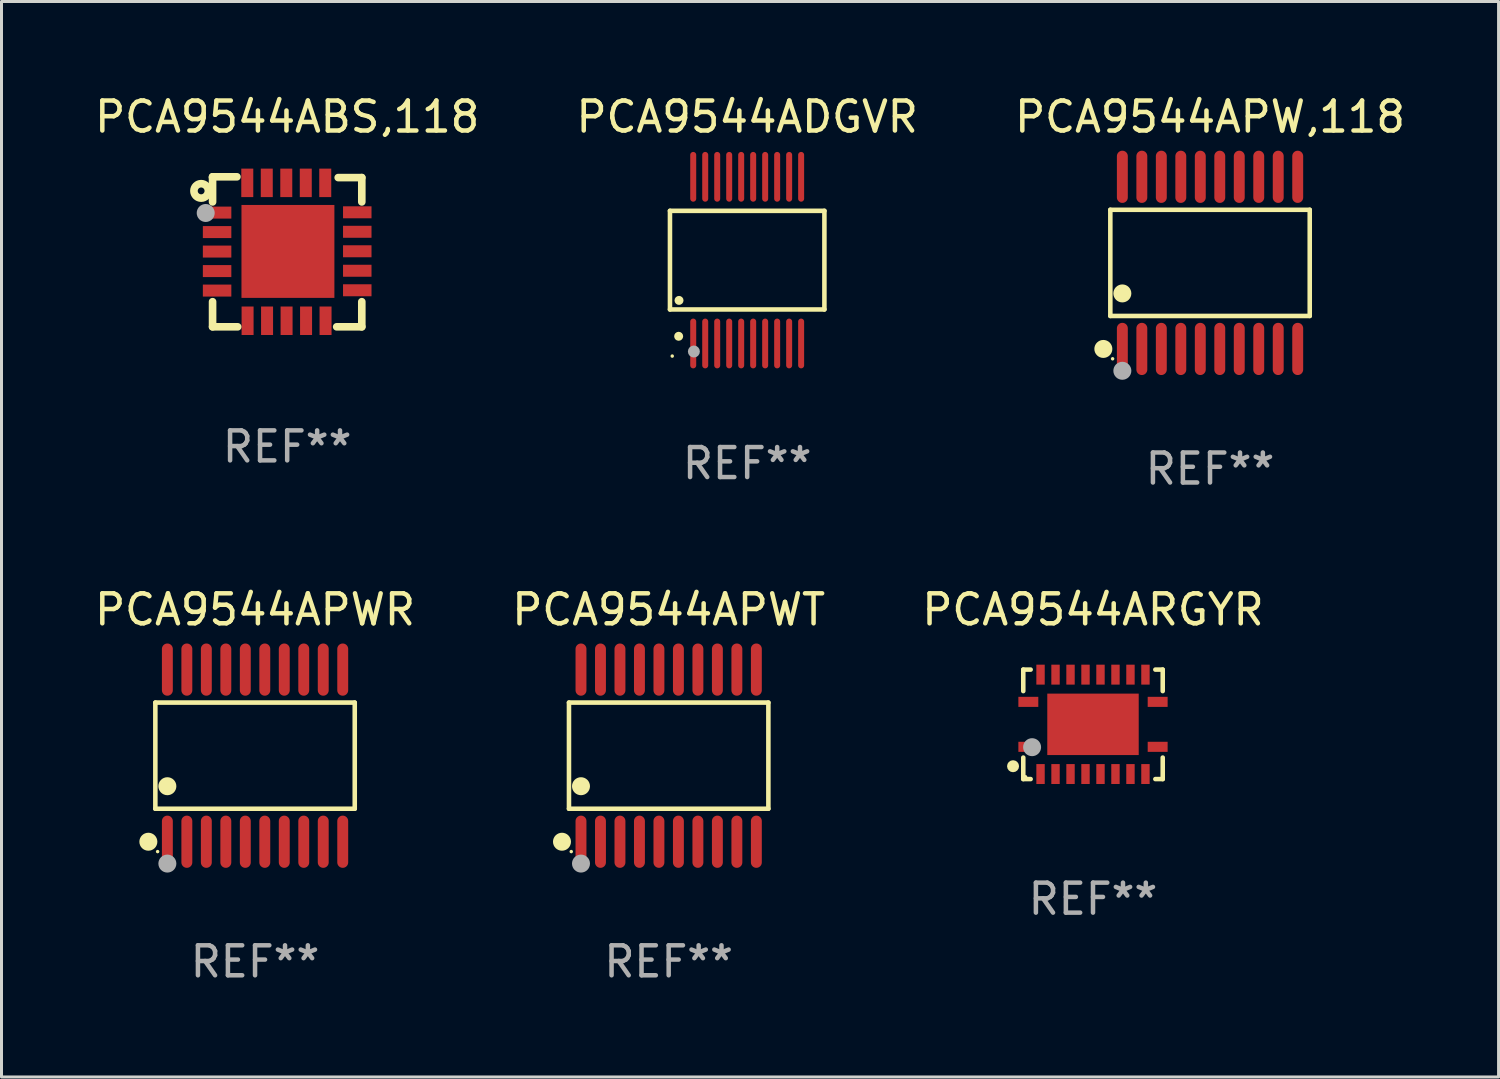
<source format=kicad_pcb>
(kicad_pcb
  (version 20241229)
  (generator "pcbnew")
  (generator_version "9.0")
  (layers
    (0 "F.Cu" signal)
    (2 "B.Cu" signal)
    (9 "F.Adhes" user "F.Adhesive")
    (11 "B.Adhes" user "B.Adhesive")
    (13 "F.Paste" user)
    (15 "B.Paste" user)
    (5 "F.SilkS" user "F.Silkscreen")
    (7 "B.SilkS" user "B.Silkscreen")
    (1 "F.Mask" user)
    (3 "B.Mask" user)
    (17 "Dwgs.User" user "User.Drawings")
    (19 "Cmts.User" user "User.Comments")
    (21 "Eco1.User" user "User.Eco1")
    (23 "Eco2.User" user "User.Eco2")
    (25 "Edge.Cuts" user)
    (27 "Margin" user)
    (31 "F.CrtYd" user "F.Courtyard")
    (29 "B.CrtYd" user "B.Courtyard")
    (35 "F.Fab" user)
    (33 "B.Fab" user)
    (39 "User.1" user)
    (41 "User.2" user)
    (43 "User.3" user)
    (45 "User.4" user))
  (footprint "PCA9544ADGVR"
    (layer "F.Cu")
    (at 21.875 5.628)
    (property "Reference" "PCA9544ADGVR" (at 0 -4.78 0) (layer "F.SilkS") (effects (font (size 1 1) (thickness 0.15))))
    (attr through_hole)
    (fp_line (start -2.576 -1.645) (end 2.576 -1.645) (stroke (width 0.152) (type solid)) (layer "F.SilkS"))
    (fp_line (start -2.576 1.645) (end -2.576 -1.645) (stroke (width 0.152) (type solid)) (layer "F.SilkS"))
    (fp_line (start 2.576 -1.645) (end 2.576 1.645) (stroke (width 0.152) (type solid)) (layer "F.SilkS"))
    (fp_line (start 2.576 1.645) (end -2.576 1.645) (stroke (width 0.152) (type solid)) (layer "F.SilkS"))
    (fp_circle (center -2.5 3.2) (end -2.47 3.2) (stroke (width 0.06) (type solid)) (fill no) (layer "F.SilkS"))
    (fp_circle (center -2.286 2.54) (end -2.211 2.54) (stroke (width 0.15) (type solid)) (fill no) (layer "F.SilkS"))
    (fp_circle (center -2.274 1.343) (end -2.199 1.343) (stroke (width 0.15) (type solid)) (fill no) (layer "F.SilkS"))
    (fp_circle (center -1.778 3.048) (end -1.678 3.048) (stroke (width 0.2) (type solid)) (fill no) (layer "F.Fab"))
    (fp_text user "REF**" (at 0 6.78 0) (layer "F.Fab") (effects (font (size 1 1) (thickness 0.15))))
    (pad "1" smd oval (at -1.8 2.78) (size 0.2 1.66) (layers "F.Cu" "F.Mask" "F.Paste"))
    (pad "2" smd oval (at -1.4 2.78) (size 0.2 1.66) (layers "F.Cu" "F.Mask" "F.Paste"))
    (pad "3" smd oval (at -1 2.78) (size 0.2 1.66) (layers "F.Cu" "F.Mask" "F.Paste"))
    (pad "4" smd oval (at -0.6 2.78) (size 0.2 1.66) (layers "F.Cu" "F.Mask" "F.Paste"))
    (pad "5" smd oval (at -0.2 2.78) (size 0.2 1.66) (layers "F.Cu" "F.Mask" "F.Paste"))
    (pad "6" smd oval (at 0.2 2.78) (size 0.2 1.66) (layers "F.Cu" "F.Mask" "F.Paste"))
    (pad "7" smd oval (at 0.6 2.78) (size 0.2 1.66) (layers "F.Cu" "F.Mask" "F.Paste"))
    (pad "8" smd oval (at 1 2.78) (size 0.2 1.66) (layers "F.Cu" "F.Mask" "F.Paste"))
    (pad "9" smd oval (at 1.4 2.78) (size 0.2 1.66) (layers "F.Cu" "F.Mask" "F.Paste"))
    (pad "10" smd oval (at 1.8 2.78) (size 0.2 1.66) (layers "F.Cu" "F.Mask" "F.Paste"))
    (pad "11" smd oval (at 1.8 -2.78) (size 0.2 1.66) (layers "F.Cu" "F.Mask" "F.Paste"))
    (pad "12" smd oval (at 1.4 -2.78) (size 0.2 1.66) (layers "F.Cu" "F.Mask" "F.Paste"))
    (pad "13" smd oval (at 1 -2.78) (size 0.2 1.66) (layers "F.Cu" "F.Mask" "F.Paste"))
    (pad "14" smd oval (at 0.6 -2.78) (size 0.2 1.66) (layers "F.Cu" "F.Mask" "F.Paste"))
    (pad "15" smd oval (at 0.2 -2.78) (size 0.2 1.66) (layers "F.Cu" "F.Mask" "F.Paste"))
    (pad "16" smd oval (at -0.2 -2.78) (size 0.2 1.66) (layers "F.Cu" "F.Mask" "F.Paste"))
    (pad "17" smd oval (at -0.6 -2.78) (size 0.2 1.66) (layers "F.Cu" "F.Mask" "F.Paste"))
    (pad "18" smd oval (at -1 -2.78) (size 0.2 1.66) (layers "F.Cu" "F.Mask" "F.Paste"))
    (pad "19" smd oval (at -1.4 -2.78) (size 0.2 1.66) (layers "F.Cu" "F.Mask" "F.Paste"))
    (pad "20" smd oval (at -1.8 -2.78) (size 0.2 1.66) (layers "F.Cu" "F.Mask" "F.Paste")))
  (footprint "PCA9544ABS,118"
    (layer "F.Cu")
    (at 6.53 5.35)
    (property "Reference" "PCA9544ABS,118" (at 0 -4.502 0) (layer "F.SilkS") (effects (font (size 1 1) (thickness 0.15))))
    (attr through_hole)
    (fp_line (start -2.489 -2.502) (end -2.489 -2.476) (stroke (width 0.254) (type solid)) (layer "F.SilkS"))
    (fp_line (start -2.489 -2.476) (end -2.489 -1.664) (stroke (width 0.254) (type solid)) (layer "F.SilkS"))
    (fp_line (start -2.489 2.502) (end -2.489 1.664) (stroke (width 0.254) (type solid)) (layer "F.SilkS"))
    (fp_line (start -2.464 -2.502) (end -2.489 -2.502) (stroke (width 0.254) (type solid)) (layer "F.SilkS"))
    (fp_line (start -1.676 -2.502) (end -2.464 -2.502) (stroke (width 0.254) (type solid)) (layer "F.SilkS"))
    (fp_line (start -1.651 2.502) (end -2.489 2.502) (stroke (width 0.254) (type solid)) (layer "F.SilkS"))
    (fp_line (start 2.489 -2.476) (end 1.702 -2.476) (stroke (width 0.254) (type solid)) (layer "F.SilkS"))
    (fp_line (start 2.489 -1.664) (end 2.489 -2.476) (stroke (width 0.254) (type solid)) (layer "F.SilkS"))
    (fp_line (start 2.489 1.664) (end 2.489 2.502) (stroke (width 0.254) (type solid)) (layer "F.SilkS"))
    (fp_line (start 2.489 2.502) (end 1.651 2.502) (stroke (width 0.254) (type solid)) (layer "F.SilkS"))
    (fp_circle (center -2.87 -2.032) (end -2.756 -2.032) (stroke (width 0.254) (type solid)) (fill no) (layer "F.SilkS"))
    (fp_circle (center -2.5 -2.5) (end -2.47 -2.5) (stroke (width 0.06) (type solid)) (fill no) (layer "F.SilkS"))
    (fp_circle (center -2.718 -1.295) (end -2.568 -1.295) (stroke (width 0.3) (type solid)) (fill no) (layer "F.Fab"))
    (fp_text user "REF**" (at 0 6.502 0) (layer "F.Fab") (effects (font (size 1 1) (thickness 0.15))))
    (pad "1" smd rect (at -2.338 -1.308 270) (size 0.4 0.95) (layers "F.Cu" "F.Mask" "F.Paste"))
    (pad "2" smd rect (at -2.338 -0.658 270) (size 0.4 0.95) (layers "F.Cu" "F.Mask" "F.Paste"))
    (pad "3" smd rect (at -2.338 -0.008 270) (size 0.4 0.95) (layers "F.Cu" "F.Mask" "F.Paste"))
    (pad "4" smd rect (at -2.338 0.643 270) (size 0.4 0.95) (layers "F.Cu" "F.Mask" "F.Paste"))
    (pad "5" smd rect (at -2.338 1.293 270) (size 0.4 0.95) (layers "F.Cu" "F.Mask" "F.Paste"))
    (pad "6" smd rect (at -1.321 2.3) (size 0.4 0.95) (layers "F.Cu" "F.Mask" "F.Paste"))
    (pad "7" smd rect (at -0.671 2.3) (size 0.4 0.95) (layers "F.Cu" "F.Mask" "F.Paste"))
    (pad "8" smd rect (at -0.02 2.3) (size 0.4 0.95) (layers "F.Cu" "F.Mask" "F.Paste"))
    (pad "9" smd rect (at 0.63 2.3) (size 0.4 0.95) (layers "F.Cu" "F.Mask" "F.Paste"))
    (pad "10" smd rect (at 1.28 2.3) (size 0.4 0.95) (layers "F.Cu" "F.Mask" "F.Paste"))
    (pad "11" smd rect (at 2.338 1.283 90) (size 0.4 0.95) (layers "F.Cu" "F.Mask" "F.Paste"))
    (pad "12" smd rect (at 2.338 0.632 90) (size 0.4 0.95) (layers "F.Cu" "F.Mask" "F.Paste"))
    (pad "13" smd rect (at 2.338 -0.018 90) (size 0.4 0.95) (layers "F.Cu" "F.Mask" "F.Paste"))
    (pad "14" smd rect (at 2.338 -0.668 90) (size 0.4 0.95) (layers "F.Cu" "F.Mask" "F.Paste"))
    (pad "15" smd rect (at 2.338 -1.318 90) (size 0.4 0.95) (layers "F.Cu" "F.Mask" "F.Paste"))
    (pad "16" smd rect (at 1.27 -2.3 180) (size 0.4 0.95) (layers "F.Cu" "F.Mask" "F.Paste"))
    (pad "17" smd rect (at 0.62 -2.3 180) (size 0.4 0.95) (layers "F.Cu" "F.Mask" "F.Paste"))
    (pad "18" smd rect (at -0.03 -2.3 180) (size 0.4 0.95) (layers "F.Cu" "F.Mask" "F.Paste"))
    (pad "19" smd rect (at -0.681 -2.3 180) (size 0.4 0.95) (layers "F.Cu" "F.Mask" "F.Paste"))
    (pad "20" smd rect (at -1.331 -2.3 180) (size 0.4 0.95) (layers "F.Cu" "F.Mask" "F.Paste"))
    (pad "21" smd rect (at 0.025 -0.013 180) (size 3.1 3.1) (layers "F.Cu" "F.Mask" "F.Paste")))
  (footprint "PCA9544ARGYR"
    (layer "F.Cu")
    (at 33.411 21.113)
    (property "Reference" "PCA9544ARGYR" (at 0 -3.826 0) (layer "F.SilkS") (effects (font (size 1 1) (thickness 0.15))))
    (attr through_hole)
    (fp_line (start -2.326 -1.826) (end -2.08 -1.826) (stroke (width 0.152) (type solid)) (layer "F.SilkS"))
    (fp_line (start -2.326 -1.109) (end -2.326 -1.826) (stroke (width 0.152) (type solid)) (layer "F.SilkS"))
    (fp_line (start -2.326 1.109) (end -2.326 1.826) (stroke (width 0.152) (type solid)) (layer "F.SilkS"))
    (fp_line (start -2.326 1.826) (end -2.08 1.826) (stroke (width 0.152) (type solid)) (layer "F.SilkS"))
    (fp_line (start 2.326 -1.826) (end 2.08 -1.826) (stroke (width 0.152) (type solid)) (layer "F.SilkS"))
    (fp_line (start 2.326 -1.109) (end 2.326 -1.826) (stroke (width 0.152) (type solid)) (layer "F.SilkS"))
    (fp_line (start 2.326 1.109) (end 2.326 1.826) (stroke (width 0.152) (type solid)) (layer "F.SilkS"))
    (fp_line (start 2.326 1.826) (end 2.08 1.826) (stroke (width 0.152) (type solid)) (layer "F.SilkS"))
    (fp_circle (center -2.667 1.397) (end -2.567 1.397) (stroke (width 0.2) (type solid)) (fill no) (layer "F.SilkS"))
    (fp_circle (center -2.25 1.75) (end -2.22 1.75) (stroke (width 0.06) (type solid)) (fill no) (layer "F.SilkS"))
    (fp_circle (center -2.032 0.762) (end -1.882 0.762) (stroke (width 0.3) (type solid)) (fill no) (layer "F.Fab"))
    (fp_text user "REF**" (at 0 5.826 0) (layer "F.Fab") (effects (font (size 1 1) (thickness 0.15))))
    (pad "1" smd rect (at -2.157 0.75) (size 0.665 0.336) (layers "F.Cu" "F.Mask" "F.Paste"))
    (pad "2" smd rect (at -1.75 1.658) (size 0.28 0.665) (layers "F.Cu" "F.Mask" "F.Paste"))
    (pad "3" smd rect (at -1.25 1.658) (size 0.28 0.665) (layers "F.Cu" "F.Mask" "F.Paste"))
    (pad "4" smd rect (at -0.75 1.658) (size 0.28 0.665) (layers "F.Cu" "F.Mask" "F.Paste"))
    (pad "5" smd rect (at -0.25 1.658) (size 0.28 0.665) (layers "F.Cu" "F.Mask" "F.Paste"))
    (pad "6" smd rect (at 0.25 1.658) (size 0.28 0.665) (layers "F.Cu" "F.Mask" "F.Paste"))
    (pad "7" smd rect (at 0.75 1.658) (size 0.28 0.665) (layers "F.Cu" "F.Mask" "F.Paste"))
    (pad "8" smd rect (at 1.25 1.658) (size 0.28 0.665) (layers "F.Cu" "F.Mask" "F.Paste"))
    (pad "9" smd rect (at 1.75 1.658) (size 0.28 0.665) (layers "F.Cu" "F.Mask" "F.Paste"))
    (pad "10" smd rect (at 2.157 0.75) (size 0.665 0.336) (layers "F.Cu" "F.Mask" "F.Paste"))
    (pad "11" smd rect (at 2.157 -0.75) (size 0.665 0.336) (layers "F.Cu" "F.Mask" "F.Paste"))
    (pad "12" smd rect (at 1.75 -1.658) (size 0.28 0.665) (layers "F.Cu" "F.Mask" "F.Paste"))
    (pad "13" smd rect (at 1.25 -1.658) (size 0.28 0.665) (layers "F.Cu" "F.Mask" "F.Paste"))
    (pad "14" smd rect (at 0.75 -1.658) (size 0.28 0.665) (layers "F.Cu" "F.Mask" "F.Paste"))
    (pad "15" smd rect (at 0.25 -1.658) (size 0.28 0.665) (layers "F.Cu" "F.Mask" "F.Paste"))
    (pad "16" smd rect (at -0.25 -1.658) (size 0.28 0.665) (layers "F.Cu" "F.Mask" "F.Paste"))
    (pad "17" smd rect (at -0.75 -1.658) (size 0.28 0.665) (layers "F.Cu" "F.Mask" "F.Paste"))
    (pad "18" smd rect (at -1.25 -1.658) (size 0.28 0.665) (layers "F.Cu" "F.Mask" "F.Paste"))
    (pad "19" smd rect (at -1.75 -1.658) (size 0.28 0.665) (layers "F.Cu" "F.Mask" "F.Paste"))
    (pad "20" smd rect (at -2.157 -0.75) (size 0.665 0.336) (layers "F.Cu" "F.Mask" "F.Paste"))
    (pad "21" smd rect (at 0 0) (size 3.05 2.05) (layers "F.Cu" "F.Mask" "F.Paste")))
  (footprint "PCA9544APWT"
    (layer "F.Cu")
    (at 19.256 22.158)
    (property "Reference" "PCA9544APWT" (at 0 -4.871 0) (layer "F.SilkS") (effects (font (size 1 1) (thickness 0.15))))
    (attr through_hole)
    (fp_line (start -3.326 -1.771) (end 3.326 -1.771) (stroke (width 0.152) (type solid)) (layer "F.SilkS"))
    (fp_line (start -3.326 1.771) (end -3.326 -1.771) (stroke (width 0.152) (type solid)) (layer "F.SilkS"))
    (fp_line (start 3.326 -1.771) (end 3.326 1.771) (stroke (width 0.152) (type solid)) (layer "F.SilkS"))
    (fp_line (start 3.326 1.771) (end -3.326 1.771) (stroke (width 0.152) (type solid)) (layer "F.SilkS"))
    (fp_circle (center -3.559 2.871) (end -3.409 2.871) (stroke (width 0.3) (type solid)) (fill no) (layer "F.SilkS"))
    (fp_circle (center -3.25 3.2) (end -3.22 3.2) (stroke (width 0.06) (type solid)) (fill no) (layer "F.SilkS"))
    (fp_circle (center -2.925 1.019) (end -2.775 1.019) (stroke (width 0.3) (type solid)) (fill no) (layer "F.SilkS"))
    (fp_circle (center -2.925 3.6) (end -2.775 3.6) (stroke (width 0.3) (type solid)) (fill no) (layer "F.Fab"))
    (fp_text user "REF**" (at 0 6.871 0) (layer "F.Fab") (effects (font (size 1 1) (thickness 0.15))))
    (pad "1" smd oval (at -2.925 2.871) (size 0.364 1.742) (layers "F.Cu" "F.Mask" "F.Paste"))
    (pad "2" smd oval (at -2.275 2.871) (size 0.364 1.742) (layers "F.Cu" "F.Mask" "F.Paste"))
    (pad "3" smd oval (at -1.625 2.871) (size 0.364 1.742) (layers "F.Cu" "F.Mask" "F.Paste"))
    (pad "4" smd oval (at -0.975 2.871) (size 0.364 1.742) (layers "F.Cu" "F.Mask" "F.Paste"))
    (pad "5" smd oval (at -0.325 2.871) (size 0.364 1.742) (layers "F.Cu" "F.Mask" "F.Paste"))
    (pad "6" smd oval (at 0.325 2.871) (size 0.364 1.742) (layers "F.Cu" "F.Mask" "F.Paste"))
    (pad "7" smd oval (at 0.975 2.871) (size 0.364 1.742) (layers "F.Cu" "F.Mask" "F.Paste"))
    (pad "8" smd oval (at 1.625 2.871) (size 0.364 1.742) (layers "F.Cu" "F.Mask" "F.Paste"))
    (pad "9" smd oval (at 2.275 2.871) (size 0.364 1.742) (layers "F.Cu" "F.Mask" "F.Paste"))
    (pad "10" smd oval (at 2.925 2.871) (size 0.364 1.742) (layers "F.Cu" "F.Mask" "F.Paste"))
    (pad "11" smd oval (at 2.925 -2.871) (size 0.364 1.742) (layers "F.Cu" "F.Mask" "F.Paste"))
    (pad "12" smd oval (at 2.275 -2.871) (size 0.364 1.742) (layers "F.Cu" "F.Mask" "F.Paste"))
    (pad "13" smd oval (at 1.625 -2.871) (size 0.364 1.742) (layers "F.Cu" "F.Mask" "F.Paste"))
    (pad "14" smd oval (at 0.975 -2.871) (size 0.364 1.742) (layers "F.Cu" "F.Mask" "F.Paste"))
    (pad "15" smd oval (at 0.325 -2.871) (size 0.364 1.742) (layers "F.Cu" "F.Mask" "F.Paste"))
    (pad "16" smd oval (at -0.325 -2.871) (size 0.364 1.742) (layers "F.Cu" "F.Mask" "F.Paste"))
    (pad "17" smd oval (at -0.975 -2.871) (size 0.364 1.742) (layers "F.Cu" "F.Mask" "F.Paste"))
    (pad "18" smd oval (at -1.625 -2.871) (size 0.364 1.742) (layers "F.Cu" "F.Mask" "F.Paste"))
    (pad "19" smd oval (at -2.275 -2.871) (size 0.364 1.742) (layers "F.Cu" "F.Mask" "F.Paste"))
    (pad "20" smd oval (at -2.925 -2.871) (size 0.364 1.742) (layers "F.Cu" "F.Mask" "F.Paste")))
  (footprint "PCA9544APW,118"
    (layer "F.Cu")
    (at 37.315 5.719)
    (property "Reference" "PCA9544APW,118" (at 0 -4.871 0) (layer "F.SilkS") (effects (font (size 1 1) (thickness 0.15))))
    (attr through_hole)
    (fp_line (start -3.326 -1.771) (end 3.326 -1.771) (stroke (width 0.152) (type solid)) (layer "F.SilkS"))
    (fp_line (start -3.326 1.771) (end -3.326 -1.771) (stroke (width 0.152) (type solid)) (layer "F.SilkS"))
    (fp_line (start 3.326 -1.771) (end 3.326 1.771) (stroke (width 0.152) (type solid)) (layer "F.SilkS"))
    (fp_line (start 3.326 1.771) (end -3.326 1.771) (stroke (width 0.152) (type solid)) (layer "F.SilkS"))
    (fp_circle (center -3.559 2.871) (end -3.409 2.871) (stroke (width 0.3) (type solid)) (fill no) (layer "F.SilkS"))
    (fp_circle (center -3.25 3.2) (end -3.22 3.2) (stroke (width 0.06) (type solid)) (fill no) (layer "F.SilkS"))
    (fp_circle (center -2.925 1.019) (end -2.775 1.019) (stroke (width 0.3) (type solid)) (fill no) (layer "F.SilkS"))
    (fp_circle (center -2.925 3.6) (end -2.775 3.6) (stroke (width 0.3) (type solid)) (fill no) (layer "F.Fab"))
    (fp_text user "REF**" (at 0 6.871 0) (layer "F.Fab") (effects (font (size 1 1) (thickness 0.15))))
    (pad "1" smd oval (at -2.925 2.871) (size 0.364 1.742) (layers "F.Cu" "F.Mask" "F.Paste"))
    (pad "2" smd oval (at -2.275 2.871) (size 0.364 1.742) (layers "F.Cu" "F.Mask" "F.Paste"))
    (pad "3" smd oval (at -1.625 2.871) (size 0.364 1.742) (layers "F.Cu" "F.Mask" "F.Paste"))
    (pad "4" smd oval (at -0.975 2.871) (size 0.364 1.742) (layers "F.Cu" "F.Mask" "F.Paste"))
    (pad "5" smd oval (at -0.325 2.871) (size 0.364 1.742) (layers "F.Cu" "F.Mask" "F.Paste"))
    (pad "6" smd oval (at 0.325 2.871) (size 0.364 1.742) (layers "F.Cu" "F.Mask" "F.Paste"))
    (pad "7" smd oval (at 0.975 2.871) (size 0.364 1.742) (layers "F.Cu" "F.Mask" "F.Paste"))
    (pad "8" smd oval (at 1.625 2.871) (size 0.364 1.742) (layers "F.Cu" "F.Mask" "F.Paste"))
    (pad "9" smd oval (at 2.275 2.871) (size 0.364 1.742) (layers "F.Cu" "F.Mask" "F.Paste"))
    (pad "10" smd oval (at 2.925 2.871) (size 0.364 1.742) (layers "F.Cu" "F.Mask" "F.Paste"))
    (pad "11" smd oval (at 2.925 -2.871) (size 0.364 1.742) (layers "F.Cu" "F.Mask" "F.Paste"))
    (pad "12" smd oval (at 2.275 -2.871) (size 0.364 1.742) (layers "F.Cu" "F.Mask" "F.Paste"))
    (pad "13" smd oval (at 1.625 -2.871) (size 0.364 1.742) (layers "F.Cu" "F.Mask" "F.Paste"))
    (pad "14" smd oval (at 0.975 -2.871) (size 0.364 1.742) (layers "F.Cu" "F.Mask" "F.Paste"))
    (pad "15" smd oval (at 0.325 -2.871) (size 0.364 1.742) (layers "F.Cu" "F.Mask" "F.Paste"))
    (pad "16" smd oval (at -0.325 -2.871) (size 0.364 1.742) (layers "F.Cu" "F.Mask" "F.Paste"))
    (pad "17" smd oval (at -0.975 -2.871) (size 0.364 1.742) (layers "F.Cu" "F.Mask" "F.Paste"))
    (pad "18" smd oval (at -1.625 -2.871) (size 0.364 1.742) (layers "F.Cu" "F.Mask" "F.Paste"))
    (pad "19" smd oval (at -2.275 -2.871) (size 0.364 1.742) (layers "F.Cu" "F.Mask" "F.Paste"))
    (pad "20" smd oval (at -2.925 -2.871) (size 0.364 1.742) (layers "F.Cu" "F.Mask" "F.Paste")))
  (footprint "PCA9544APWR"
    (layer "F.Cu")
    (at 5.458 22.158)
    (property "Reference" "PCA9544APWR" (at 0 -4.871 0) (layer "F.SilkS") (effects (font (size 1 1) (thickness 0.15))))
    (attr through_hole)
    (fp_line (start -3.326 -1.771) (end 3.326 -1.771) (stroke (width 0.152) (type solid)) (layer "F.SilkS"))
    (fp_line (start -3.326 1.771) (end -3.326 -1.771) (stroke (width 0.152) (type solid)) (layer "F.SilkS"))
    (fp_line (start 3.326 -1.771) (end 3.326 1.771) (stroke (width 0.152) (type solid)) (layer "F.SilkS"))
    (fp_line (start 3.326 1.771) (end -3.326 1.771) (stroke (width 0.152) (type solid)) (layer "F.SilkS"))
    (fp_circle (center -3.559 2.871) (end -3.409 2.871) (stroke (width 0.3) (type solid)) (fill no) (layer "F.SilkS"))
    (fp_circle (center -3.25 3.2) (end -3.22 3.2) (stroke (width 0.06) (type solid)) (fill no) (layer "F.SilkS"))
    (fp_circle (center -2.925 1.019) (end -2.775 1.019) (stroke (width 0.3) (type solid)) (fill no) (layer "F.SilkS"))
    (fp_circle (center -2.925 3.6) (end -2.775 3.6) (stroke (width 0.3) (type solid)) (fill no) (layer "F.Fab"))
    (fp_text user "REF**" (at 0 6.871 0) (layer "F.Fab") (effects (font (size 1 1) (thickness 0.15))))
    (pad "1" smd oval (at -2.925 2.871) (size 0.364 1.742) (layers "F.Cu" "F.Mask" "F.Paste"))
    (pad "2" smd oval (at -2.275 2.871) (size 0.364 1.742) (layers "F.Cu" "F.Mask" "F.Paste"))
    (pad "3" smd oval (at -1.625 2.871) (size 0.364 1.742) (layers "F.Cu" "F.Mask" "F.Paste"))
    (pad "4" smd oval (at -0.975 2.871) (size 0.364 1.742) (layers "F.Cu" "F.Mask" "F.Paste"))
    (pad "5" smd oval (at -0.325 2.871) (size 0.364 1.742) (layers "F.Cu" "F.Mask" "F.Paste"))
    (pad "6" smd oval (at 0.325 2.871) (size 0.364 1.742) (layers "F.Cu" "F.Mask" "F.Paste"))
    (pad "7" smd oval (at 0.975 2.871) (size 0.364 1.742) (layers "F.Cu" "F.Mask" "F.Paste"))
    (pad "8" smd oval (at 1.625 2.871) (size 0.364 1.742) (layers "F.Cu" "F.Mask" "F.Paste"))
    (pad "9" smd oval (at 2.275 2.871) (size 0.364 1.742) (layers "F.Cu" "F.Mask" "F.Paste"))
    (pad "10" smd oval (at 2.925 2.871) (size 0.364 1.742) (layers "F.Cu" "F.Mask" "F.Paste"))
    (pad "11" smd oval (at 2.925 -2.871) (size 0.364 1.742) (layers "F.Cu" "F.Mask" "F.Paste"))
    (pad "12" smd oval (at 2.275 -2.871) (size 0.364 1.742) (layers "F.Cu" "F.Mask" "F.Paste"))
    (pad "13" smd oval (at 1.625 -2.871) (size 0.364 1.742) (layers "F.Cu" "F.Mask" "F.Paste"))
    (pad "14" smd oval (at 0.975 -2.871) (size 0.364 1.742) (layers "F.Cu" "F.Mask" "F.Paste"))
    (pad "15" smd oval (at 0.325 -2.871) (size 0.364 1.742) (layers "F.Cu" "F.Mask" "F.Paste"))
    (pad "16" smd oval (at -0.325 -2.871) (size 0.364 1.742) (layers "F.Cu" "F.Mask" "F.Paste"))
    (pad "17" smd oval (at -0.975 -2.871) (size 0.364 1.742) (layers "F.Cu" "F.Mask" "F.Paste"))
    (pad "18" smd oval (at -1.625 -2.871) (size 0.364 1.742) (layers "F.Cu" "F.Mask" "F.Paste"))
    (pad "19" smd oval (at -2.275 -2.871) (size 0.364 1.742) (layers "F.Cu" "F.Mask" "F.Paste"))
    (pad "20" smd oval (at -2.925 -2.871) (size 0.364 1.742) (layers "F.Cu" "F.Mask" "F.Paste")))
  (gr_rect
    (start -3 -3)
    (end 46.94 32.877)
    (stroke (width 0.1) (type default))
    (fill no)
    (layer "Edge.Cuts")))
</source>
